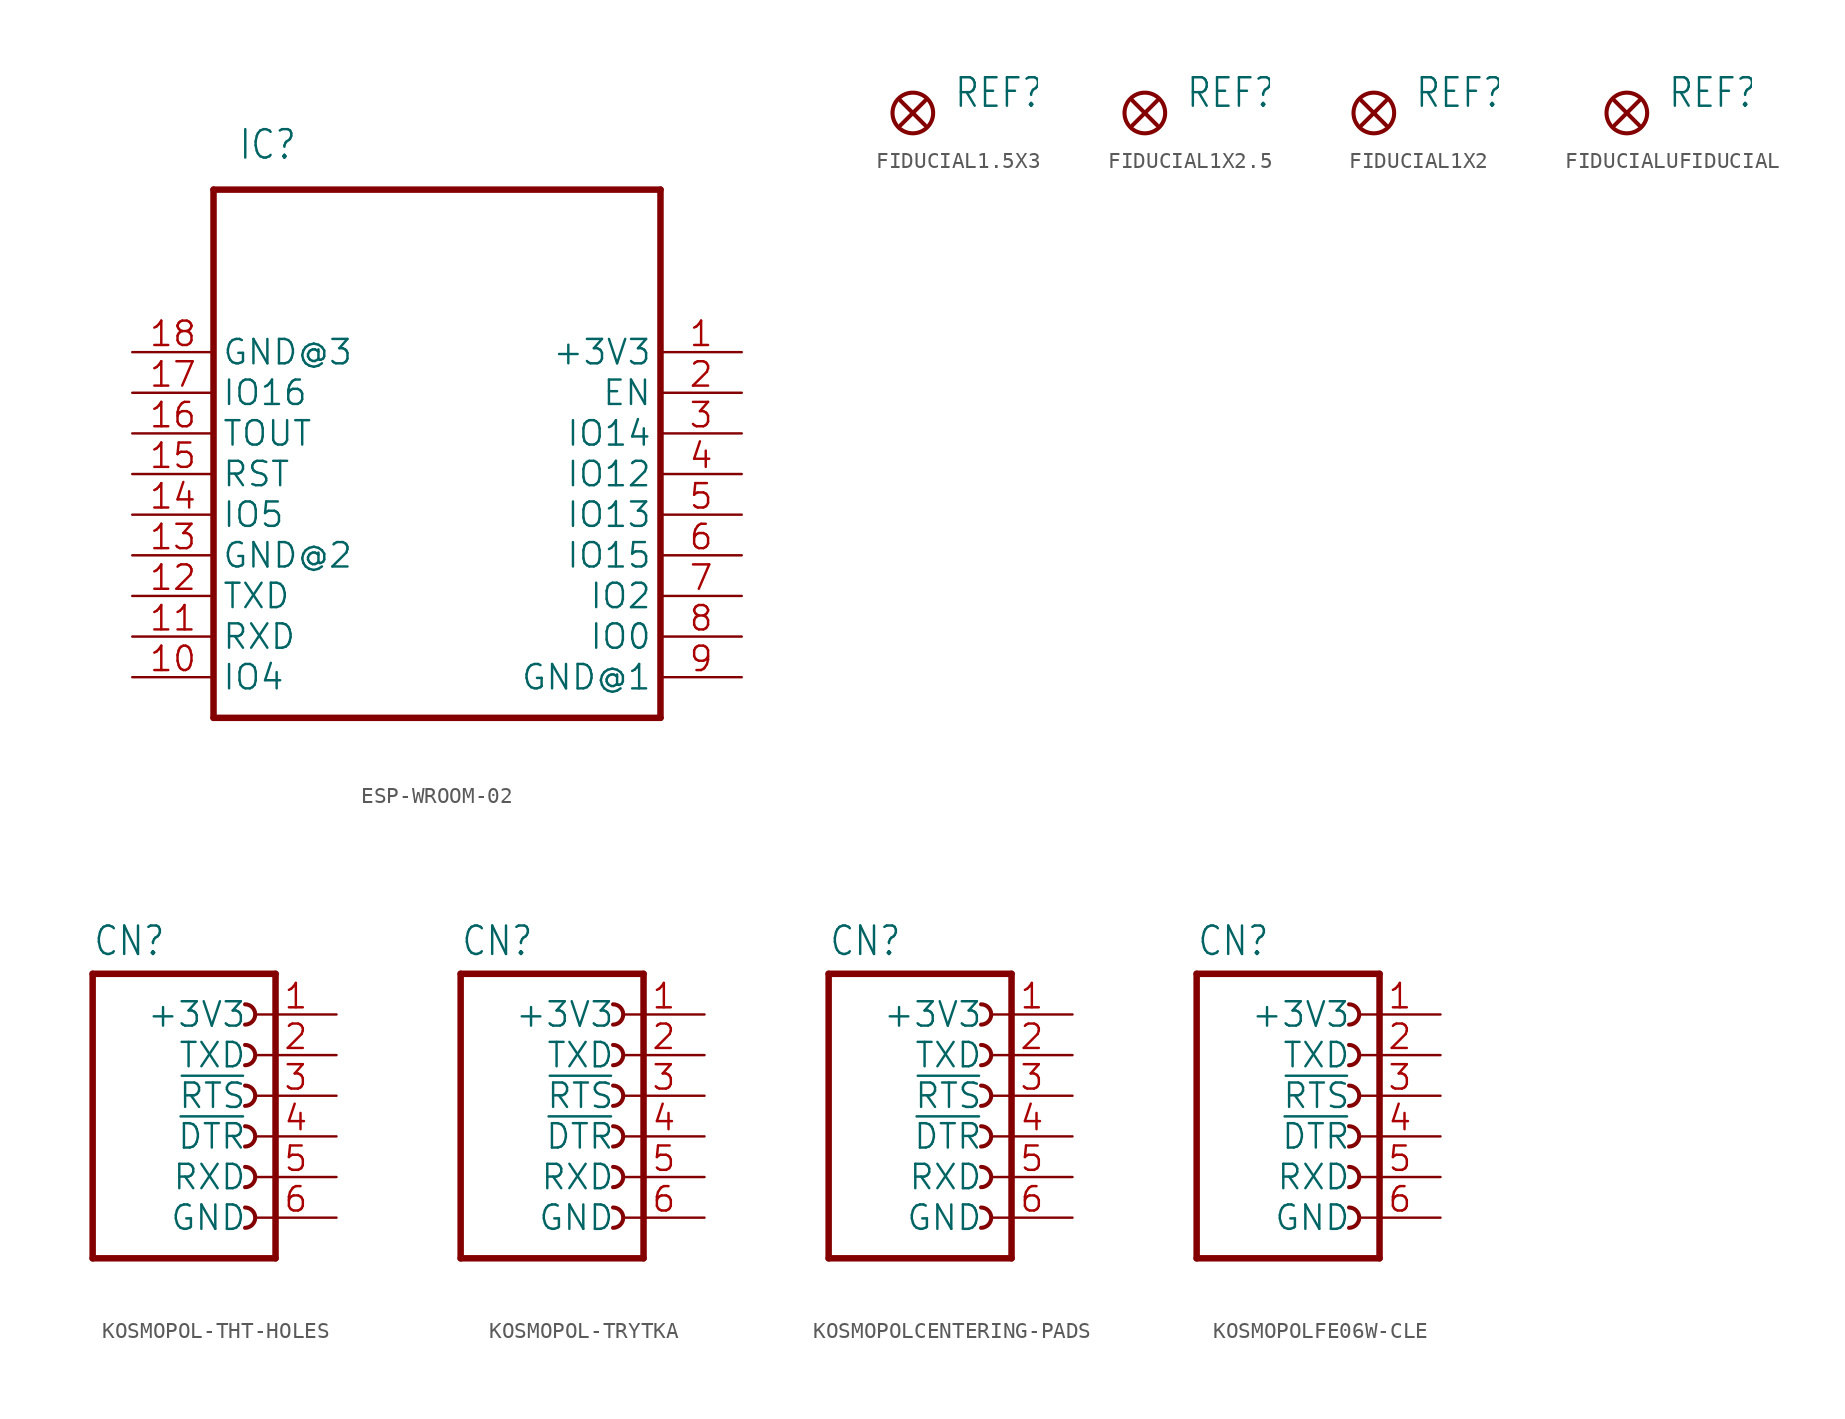
<source format=kicad_sym>
(kicad_symbol_lib
  (version 20241209)
  (generator "kicad_symbol_editor")
  (generator_version "9.0")
  (symbol "ESP-WROOM-02"
    (property "Reference" "IC"
      (at -11.176 22.098 0)
      (effects (font (size 1.778 1.511)) (justify left bottom)))
    (property "Value" ""
      (at -10.16 15.24 0)
      (effects (font (size 1.422 1.209)) (justify left bottom)))
    (property "ki_locked" ""
      (at 0 0 0)
      (effects (font (size 1.27 1.27))))
    (symbol "ESP-WROOM-02_1_0"
      (polyline (pts (xy -12.7 20.32) (xy -12.7 -12.7)) (stroke (width 0.406) (type solid)) (fill (type none)))
      (polyline (pts (xy -12.7 -12.7) (xy 15.24 -12.7)) (stroke (width 0.406) (type solid)) (fill (type none)))
      (polyline (pts (xy 15.24 20.32) (xy -12.7 20.32)) (stroke (width 0.406) (type solid)) (fill (type none)))
      (polyline (pts (xy 15.24 -12.7) (xy 15.24 20.32)) (stroke (width 0.406) (type solid)) (fill (type none)))
      (pin power_in line (at -17.78 10.16 0) (length 5.08) (name "GND@3" (effects (font (size 1.524 1.524)))) (number "18" (effects (font (size 1.524 1.524)))))
      (pin bidirectional line (at -17.78 7.62 0) (length 5.08) (name "IO16" (effects (font (size 1.524 1.524)))) (number "17" (effects (font (size 1.524 1.524)))))
      (pin bidirectional line (at -17.78 5.08 0) (length 5.08) (name "TOUT" (effects (font (size 1.524 1.524)))) (number "16" (effects (font (size 1.524 1.524)))))
      (pin bidirectional line (at -17.78 2.54 0) (length 5.08) (name "RST" (effects (font (size 1.524 1.524)))) (number "15" (effects (font (size 1.524 1.524)))))
      (pin bidirectional line (at -17.78 0 0) (length 5.08) (name "IO5" (effects (font (size 1.524 1.524)))) (number "14" (effects (font (size 1.524 1.524)))))
      (pin power_in line (at -17.78 -2.54 0) (length 5.08) (name "GND@2" (effects (font (size 1.524 1.524)))) (number "13" (effects (font (size 1.524 1.524)))))
      (pin bidirectional line (at -17.78 -5.08 0) (length 5.08) (name "TXD" (effects (font (size 1.524 1.524)))) (number "12" (effects (font (size 1.524 1.524)))))
      (pin bidirectional line (at -17.78 -7.62 0) (length 5.08) (name "RXD" (effects (font (size 1.524 1.524)))) (number "11" (effects (font (size 1.524 1.524)))))
      (pin bidirectional line (at -17.78 -10.16 0) (length 5.08) (name "IO4" (effects (font (size 1.524 1.524)))) (number "10" (effects (font (size 1.524 1.524)))))
      (pin power_in line (at 20.32 10.16 180) (length 5.08) (name "+3V3" (effects (font (size 1.524 1.524)))) (number "1" (effects (font (size 1.524 1.524)))))
      (pin bidirectional line (at 20.32 7.62 180) (length 5.08) (name "EN" (effects (font (size 1.524 1.524)))) (number "2" (effects (font (size 1.524 1.524)))))
      (pin bidirectional line (at 20.32 5.08 180) (length 5.08) (name "IO14" (effects (font (size 1.524 1.524)))) (number "3" (effects (font (size 1.524 1.524)))))
      (pin bidirectional line (at 20.32 2.54 180) (length 5.08) (name "IO12" (effects (font (size 1.524 1.524)))) (number "4" (effects (font (size 1.524 1.524)))))
      (pin bidirectional line (at 20.32 0 180) (length 5.08) (name "IO13" (effects (font (size 1.524 1.524)))) (number "5" (effects (font (size 1.524 1.524)))))
      (pin bidirectional line (at 20.32 -2.54 180) (length 5.08) (name "IO15" (effects (font (size 1.524 1.524)))) (number "6" (effects (font (size 1.524 1.524)))))
      (pin bidirectional line (at 20.32 -5.08 180) (length 5.08) (name "IO2" (effects (font (size 1.524 1.524)))) (number "7" (effects (font (size 1.524 1.524)))))
      (pin bidirectional line (at 20.32 -7.62 180) (length 5.08) (name "IO0" (effects (font (size 1.524 1.524)))) (number "8" (effects (font (size 1.524 1.524)))))
      (pin power_in line (at 20.32 -10.16 180) (length 5.08) (name "GND@1" (effects (font (size 1.524 1.524)))) (number "9" (effects (font (size 1.524 1.524)))))))
  (symbol "FIDUCIAL1.5X3"
    (property "Reference" "REF"
      (at 2.54 1.27 0)
      (effects (font (size 1.778 1.511)) (justify left)))
    (property "Value" ""
      (at 2.54 -1.27 0)
      (effects (font (size 1.778 1.511)) (justify left)))
    (property "ki_locked" ""
      (at 0 0 0)
      (effects (font (size 1.27 1.27))))
    (symbol "FIDUCIAL1.5X3_1_0"
      (polyline (pts (xy -0.762 0.762) (xy 0.762 -0.762)) (stroke (width 0.254) (type solid)) (fill (type none)))
      (circle (center 0 0) (radius 1.27) (stroke (width 0.254) (type solid)) (fill (type none)))
      (polyline (pts (xy 0.762 0.762) (xy -0.762 -0.762)) (stroke (width 0.254) (type solid)) (fill (type none)))))
  (symbol "FIDUCIAL1X2.5"
    (property "Reference" "REF"
      (at 2.54 1.27 0)
      (effects (font (size 1.778 1.511)) (justify left)))
    (property "Value" ""
      (at 2.54 -1.27 0)
      (effects (font (size 1.778 1.511)) (justify left)))
    (property "ki_locked" ""
      (at 0 0 0)
      (effects (font (size 1.27 1.27))))
    (symbol "FIDUCIAL1X2.5_1_0"
      (polyline (pts (xy -0.762 0.762) (xy 0.762 -0.762)) (stroke (width 0.254) (type solid)) (fill (type none)))
      (circle (center 0 0) (radius 1.27) (stroke (width 0.254) (type solid)) (fill (type none)))
      (polyline (pts (xy 0.762 0.762) (xy -0.762 -0.762)) (stroke (width 0.254) (type solid)) (fill (type none)))))
  (symbol "FIDUCIAL1X2"
    (property "Reference" "REF"
      (at 2.54 1.27 0)
      (effects (font (size 1.778 1.511)) (justify left)))
    (property "Value" ""
      (at 2.54 -1.27 0)
      (effects (font (size 1.778 1.511)) (justify left)))
    (property "ki_locked" ""
      (at 0 0 0)
      (effects (font (size 1.27 1.27))))
    (symbol "FIDUCIAL1X2_1_0"
      (polyline (pts (xy -0.762 0.762) (xy 0.762 -0.762)) (stroke (width 0.254) (type solid)) (fill (type none)))
      (circle (center 0 0) (radius 1.27) (stroke (width 0.254) (type solid)) (fill (type none)))
      (polyline (pts (xy 0.762 0.762) (xy -0.762 -0.762)) (stroke (width 0.254) (type solid)) (fill (type none)))))
  (symbol "FIDUCIALUFIDUCIAL"
    (property "Reference" "REF"
      (at 2.54 1.27 0)
      (effects (font (size 1.778 1.511)) (justify left)))
    (property "Value" ""
      (at 2.54 -1.27 0)
      (effects (font (size 1.778 1.511)) (justify left)))
    (property "ki_locked" ""
      (at 0 0 0)
      (effects (font (size 1.27 1.27))))
    (symbol "FIDUCIALUFIDUCIAL_1_0"
      (polyline (pts (xy -0.762 0.762) (xy 0.762 -0.762)) (stroke (width 0.254) (type solid)) (fill (type none)))
      (circle (center 0 0) (radius 1.27) (stroke (width 0.254) (type solid)) (fill (type none)))
      (polyline (pts (xy 0.762 0.762) (xy -0.762 -0.762)) (stroke (width 0.254) (type solid)) (fill (type none)))))
  (symbol "KOSMOPOL-THT-HOLES"
    (property "Reference" "CN"
      (at -5.08 11.176 0)
      (effects (font (size 1.778 1.511)) (justify left bottom)))
    (property "Value" ""
      (at -5.08 -8.382 0)
      (effects (font (size 1.778 1.511)) (justify left top)))
    (property "ki_locked" ""
      (at 0 0 0)
      (effects (font (size 1.27 1.27))))
    (symbol "KOSMOPOL-THT-HOLES_1_0"
      (polyline (pts (xy -5.08 -7.62) (xy -5.08 10.16)) (stroke (width 0.406) (type solid)) (fill (type none)))
      (polyline (pts (xy -5.08 -7.62) (xy 6.35 -7.62)) (stroke (width 0.406) (type solid)) (fill (type none)))
      (arc (start 4.445 8.255) (mid 5.08 7.62) (end 4.445 6.985) (stroke (width 0.254) (type solid)) (fill (type none)))
      (arc (start 4.445 5.715) (mid 5.08 5.08) (end 4.445 4.445) (stroke (width 0.254) (type solid)) (fill (type none)))
      (arc (start 4.445 3.175) (mid 5.08 2.54) (end 4.445 1.905) (stroke (width 0.254) (type solid)) (fill (type none)))
      (arc (start 4.445 0.635) (mid 5.08 0) (end 4.445 -0.635) (stroke (width 0.254) (type solid)) (fill (type none)))
      (arc (start 4.445 -1.905) (mid 5.08 -2.54) (end 4.445 -3.175) (stroke (width 0.254) (type solid)) (fill (type none)))
      (arc (start 4.445 -4.445) (mid 5.08 -5.08) (end 4.445 -5.715) (stroke (width 0.254) (type solid)) (fill (type none)))
      (polyline (pts (xy 6.35 10.16) (xy -5.08 10.16)) (stroke (width 0.406) (type solid)) (fill (type none)))
      (polyline (pts (xy 6.35 10.16) (xy 6.35 -7.62)) (stroke (width 0.406) (type solid)) (fill (type none)))
      (pin power_in line (at 10.16 7.62 180) (length 5.08) (name "+3V3" (effects (font (size 1.524 1.524)))) (number "1" (effects (font (size 1.524 1.524)))))
      (pin output line (at 10.16 5.08 180) (length 5.08) (name "TXD" (effects (font (size 1.524 1.524)))) (number "2" (effects (font (size 1.524 1.524)))))
      (pin output line (at 10.16 2.54 180) (length 5.08) (name "~{RTS}" (effects (font (size 1.524 1.524)))) (number "3" (effects (font (size 1.524 1.524)))))
      (pin output line (at 10.16 0 180) (length 5.08) (name "~{DTR}" (effects (font (size 1.524 1.524)))) (number "4" (effects (font (size 1.524 1.524)))))
      (pin input line (at 10.16 -2.54 180) (length 5.08) (name "RXD" (effects (font (size 1.524 1.524)))) (number "5" (effects (font (size 1.524 1.524)))))
      (pin power_in line (at 10.16 -5.08 180) (length 5.08) (name "GND" (effects (font (size 1.524 1.524)))) (number "6" (effects (font (size 1.524 1.524)))))))
  (symbol "KOSMOPOL-TRYTKA"
    (property "Reference" "CN"
      (at -5.08 11.176 0)
      (effects (font (size 1.778 1.511)) (justify left bottom)))
    (property "Value" ""
      (at -5.08 -8.382 0)
      (effects (font (size 1.778 1.511)) (justify left top)))
    (property "ki_locked" ""
      (at 0 0 0)
      (effects (font (size 1.27 1.27))))
    (symbol "KOSMOPOL-TRYTKA_1_0"
      (polyline (pts (xy -5.08 -7.62) (xy -5.08 10.16)) (stroke (width 0.406) (type solid)) (fill (type none)))
      (polyline (pts (xy -5.08 -7.62) (xy 6.35 -7.62)) (stroke (width 0.406) (type solid)) (fill (type none)))
      (arc (start 4.445 8.255) (mid 5.08 7.62) (end 4.445 6.985) (stroke (width 0.254) (type solid)) (fill (type none)))
      (arc (start 4.445 5.715) (mid 5.08 5.08) (end 4.445 4.445) (stroke (width 0.254) (type solid)) (fill (type none)))
      (arc (start 4.445 3.175) (mid 5.08 2.54) (end 4.445 1.905) (stroke (width 0.254) (type solid)) (fill (type none)))
      (arc (start 4.445 0.635) (mid 5.08 0) (end 4.445 -0.635) (stroke (width 0.254) (type solid)) (fill (type none)))
      (arc (start 4.445 -1.905) (mid 5.08 -2.54) (end 4.445 -3.175) (stroke (width 0.254) (type solid)) (fill (type none)))
      (arc (start 4.445 -4.445) (mid 5.08 -5.08) (end 4.445 -5.715) (stroke (width 0.254) (type solid)) (fill (type none)))
      (polyline (pts (xy 6.35 10.16) (xy -5.08 10.16)) (stroke (width 0.406) (type solid)) (fill (type none)))
      (polyline (pts (xy 6.35 10.16) (xy 6.35 -7.62)) (stroke (width 0.406) (type solid)) (fill (type none)))
      (pin power_in line (at 10.16 7.62 180) (length 5.08) (name "+3V3" (effects (font (size 1.524 1.524)))) (number "1" (effects (font (size 1.524 1.524)))))
      (pin output line (at 10.16 5.08 180) (length 5.08) (name "TXD" (effects (font (size 1.524 1.524)))) (number "2" (effects (font (size 1.524 1.524)))))
      (pin output line (at 10.16 2.54 180) (length 5.08) (name "~{RTS}" (effects (font (size 1.524 1.524)))) (number "3" (effects (font (size 1.524 1.524)))))
      (pin output line (at 10.16 0 180) (length 5.08) (name "~{DTR}" (effects (font (size 1.524 1.524)))) (number "4" (effects (font (size 1.524 1.524)))))
      (pin input line (at 10.16 -2.54 180) (length 5.08) (name "RXD" (effects (font (size 1.524 1.524)))) (number "5" (effects (font (size 1.524 1.524)))))
      (pin power_in line (at 10.16 -5.08 180) (length 5.08) (name "GND" (effects (font (size 1.524 1.524)))) (number "6" (effects (font (size 1.524 1.524)))))))
  (symbol "KOSMOPOLCENTERING-PADS"
    (property "Reference" "CN"
      (at -5.08 11.176 0)
      (effects (font (size 1.778 1.511)) (justify left bottom)))
    (property "Value" ""
      (at -5.08 -8.382 0)
      (effects (font (size 1.778 1.511)) (justify left top)))
    (property "ki_locked" ""
      (at 0 0 0)
      (effects (font (size 1.27 1.27))))
    (symbol "KOSMOPOLCENTERING-PADS_1_0"
      (polyline (pts (xy -5.08 -7.62) (xy -5.08 10.16)) (stroke (width 0.406) (type solid)) (fill (type none)))
      (polyline (pts (xy -5.08 -7.62) (xy 6.35 -7.62)) (stroke (width 0.406) (type solid)) (fill (type none)))
      (arc (start 4.445 8.255) (mid 5.08 7.62) (end 4.445 6.985) (stroke (width 0.254) (type solid)) (fill (type none)))
      (arc (start 4.445 5.715) (mid 5.08 5.08) (end 4.445 4.445) (stroke (width 0.254) (type solid)) (fill (type none)))
      (arc (start 4.445 3.175) (mid 5.08 2.54) (end 4.445 1.905) (stroke (width 0.254) (type solid)) (fill (type none)))
      (arc (start 4.445 0.635) (mid 5.08 0) (end 4.445 -0.635) (stroke (width 0.254) (type solid)) (fill (type none)))
      (arc (start 4.445 -1.905) (mid 5.08 -2.54) (end 4.445 -3.175) (stroke (width 0.254) (type solid)) (fill (type none)))
      (arc (start 4.445 -4.445) (mid 5.08 -5.08) (end 4.445 -5.715) (stroke (width 0.254) (type solid)) (fill (type none)))
      (polyline (pts (xy 6.35 10.16) (xy -5.08 10.16)) (stroke (width 0.406) (type solid)) (fill (type none)))
      (polyline (pts (xy 6.35 10.16) (xy 6.35 -7.62)) (stroke (width 0.406) (type solid)) (fill (type none)))
      (pin power_in line (at 10.16 7.62 180) (length 5.08) (name "+3V3" (effects (font (size 1.524 1.524)))) (number "1" (effects (font (size 1.524 1.524)))))
      (pin output line (at 10.16 5.08 180) (length 5.08) (name "TXD" (effects (font (size 1.524 1.524)))) (number "2" (effects (font (size 1.524 1.524)))))
      (pin output line (at 10.16 2.54 180) (length 5.08) (name "~{RTS}" (effects (font (size 1.524 1.524)))) (number "3" (effects (font (size 1.524 1.524)))))
      (pin output line (at 10.16 0 180) (length 5.08) (name "~{DTR}" (effects (font (size 1.524 1.524)))) (number "4" (effects (font (size 1.524 1.524)))))
      (pin input line (at 10.16 -2.54 180) (length 5.08) (name "RXD" (effects (font (size 1.524 1.524)))) (number "5" (effects (font (size 1.524 1.524)))))
      (pin power_in line (at 10.16 -5.08 180) (length 5.08) (name "GND" (effects (font (size 1.524 1.524)))) (number "6" (effects (font (size 1.524 1.524)))))))
  (symbol "KOSMOPOLFE06W-CLE"
    (property "Reference" "CN"
      (at -5.08 11.176 0)
      (effects (font (size 1.778 1.511)) (justify left bottom)))
    (property "Value" ""
      (at -5.08 -8.382 0)
      (effects (font (size 1.778 1.511)) (justify left top)))
    (property "ki_locked" ""
      (at 0 0 0)
      (effects (font (size 1.27 1.27))))
    (symbol "KOSMOPOLFE06W-CLE_1_0"
      (polyline (pts (xy -5.08 -7.62) (xy -5.08 10.16)) (stroke (width 0.406) (type solid)) (fill (type none)))
      (polyline (pts (xy -5.08 -7.62) (xy 6.35 -7.62)) (stroke (width 0.406) (type solid)) (fill (type none)))
      (arc (start 4.445 8.255) (mid 5.08 7.62) (end 4.445 6.985) (stroke (width 0.254) (type solid)) (fill (type none)))
      (arc (start 4.445 5.715) (mid 5.08 5.08) (end 4.445 4.445) (stroke (width 0.254) (type solid)) (fill (type none)))
      (arc (start 4.445 3.175) (mid 5.08 2.54) (end 4.445 1.905) (stroke (width 0.254) (type solid)) (fill (type none)))
      (arc (start 4.445 0.635) (mid 5.08 0) (end 4.445 -0.635) (stroke (width 0.254) (type solid)) (fill (type none)))
      (arc (start 4.445 -1.905) (mid 5.08 -2.54) (end 4.445 -3.175) (stroke (width 0.254) (type solid)) (fill (type none)))
      (arc (start 4.445 -4.445) (mid 5.08 -5.08) (end 4.445 -5.715) (stroke (width 0.254) (type solid)) (fill (type none)))
      (polyline (pts (xy 6.35 10.16) (xy -5.08 10.16)) (stroke (width 0.406) (type solid)) (fill (type none)))
      (polyline (pts (xy 6.35 10.16) (xy 6.35 -7.62)) (stroke (width 0.406) (type solid)) (fill (type none)))
      (pin power_in line (at 10.16 7.62 180) (length 5.08) (name "+3V3" (effects (font (size 1.524 1.524)))) (number "1" (effects (font (size 1.524 1.524)))))
      (pin output line (at 10.16 5.08 180) (length 5.08) (name "TXD" (effects (font (size 1.524 1.524)))) (number "2" (effects (font (size 1.524 1.524)))))
      (pin output line (at 10.16 2.54 180) (length 5.08) (name "~{RTS}" (effects (font (size 1.524 1.524)))) (number "3" (effects (font (size 1.524 1.524)))))
      (pin output line (at 10.16 0 180) (length 5.08) (name "~{DTR}" (effects (font (size 1.524 1.524)))) (number "4" (effects (font (size 1.524 1.524)))))
      (pin input line (at 10.16 -2.54 180) (length 5.08) (name "RXD" (effects (font (size 1.524 1.524)))) (number "5" (effects (font (size 1.524 1.524)))))
      (pin power_in line (at 10.16 -5.08 180) (length 5.08) (name "GND" (effects (font (size 1.524 1.524)))) (number "6" (effects (font (size 1.524 1.524))))))))
</source>
